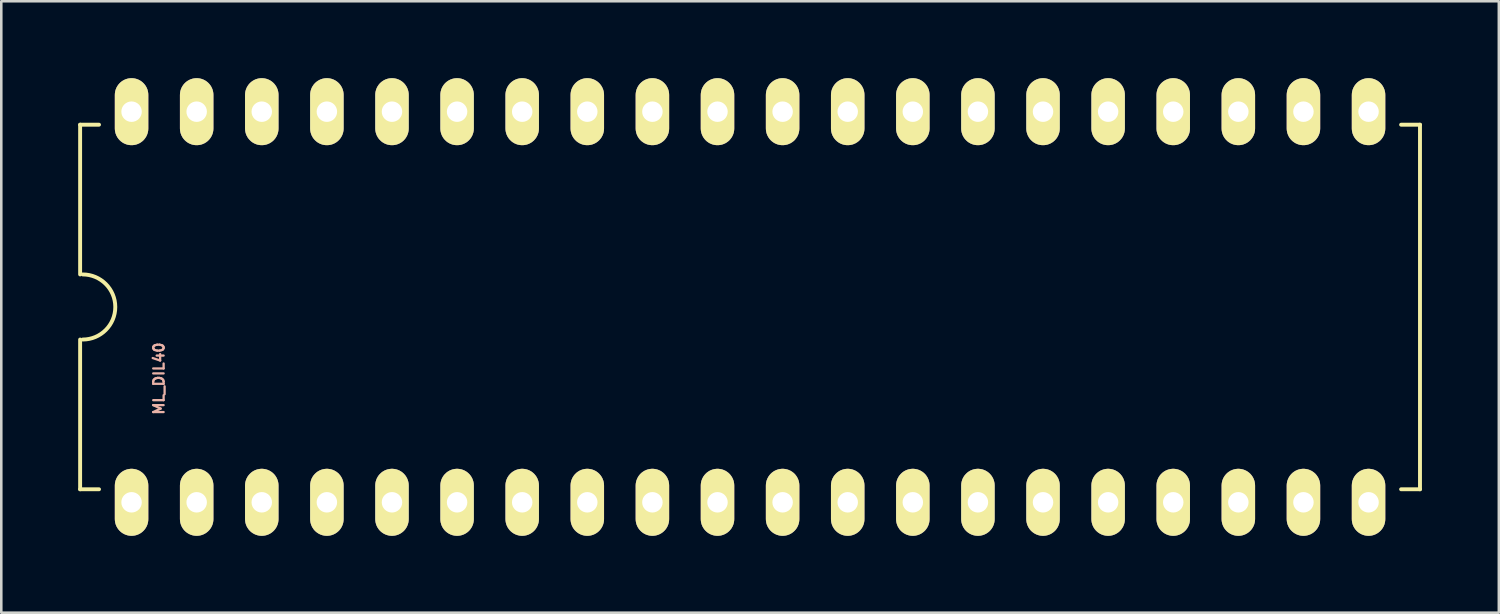
<source format=kicad_pcb>
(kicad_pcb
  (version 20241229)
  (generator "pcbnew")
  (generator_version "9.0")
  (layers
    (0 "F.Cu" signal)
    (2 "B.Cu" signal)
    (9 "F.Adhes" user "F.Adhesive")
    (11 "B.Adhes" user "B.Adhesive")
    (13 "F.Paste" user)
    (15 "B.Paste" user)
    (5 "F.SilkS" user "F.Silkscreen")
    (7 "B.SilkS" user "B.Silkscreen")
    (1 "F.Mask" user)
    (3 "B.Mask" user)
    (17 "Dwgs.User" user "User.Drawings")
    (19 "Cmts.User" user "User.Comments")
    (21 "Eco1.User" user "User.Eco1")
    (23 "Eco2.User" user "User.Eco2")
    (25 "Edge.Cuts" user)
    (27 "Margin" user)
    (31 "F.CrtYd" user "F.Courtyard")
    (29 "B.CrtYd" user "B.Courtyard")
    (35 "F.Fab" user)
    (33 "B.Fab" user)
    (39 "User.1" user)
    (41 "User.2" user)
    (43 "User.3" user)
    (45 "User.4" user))
  (footprint "ML_DIL40"
    (layer "F.Cu")
    (at 26.213 8.927)
    (property "Reference" "ML_DIL40" (at -23.063 2.794 90) (layer "B.SilkS") (effects (font (size 0.406 0.406) (thickness 0.089))))
    (attr exclude_from_pos_files exclude_from_bom)
    (fp_line (start -26.137 -7.112) (end -26.137 -1.27) (stroke (width 0.152) (type solid)) (layer "F.SilkS"))
    (fp_line (start -26.137 -7.112) (end -25.4 -7.112) (stroke (width 0.152) (type solid)) (layer "F.SilkS"))
    (fp_line (start -26.137 7.112) (end -26.137 1.27) (stroke (width 0.152) (type solid)) (layer "F.SilkS"))
    (fp_line (start -26.137 7.112) (end -25.4 7.112) (stroke (width 0.152) (type solid)) (layer "F.SilkS"))
    (fp_line (start 26.137 -7.112) (end 25.4 -7.112) (stroke (width 0.152) (type solid)) (layer "F.SilkS"))
    (fp_line (start 26.137 -7.112) (end 26.137 7.112) (stroke (width 0.152) (type solid)) (layer "F.SilkS"))
    (fp_line (start 26.137 7.112) (end 25.4 7.112) (stroke (width 0.152) (type solid)) (layer "F.SilkS"))
    (fp_arc (start -26.035 -1.27) (mid -24.765 0) (end -26.035 1.27) (stroke (width 0.1524) (type solid)) (layer "F.SilkS"))
    (pad "1" thru_hole oval (at -24.13 7.62) (size 1.306 2.614) (drill 0.798) (layers "*.Cu" "*.Mask" "F.SilkS" "F.Paste"))
    (pad "2" thru_hole oval (at -21.59 7.62) (size 1.306 2.614) (drill 0.798) (layers "*.Cu" "*.Mask" "F.SilkS" "F.Paste"))
    (pad "3" thru_hole oval (at -19.05 7.62) (size 1.306 2.614) (drill 0.798) (layers "*.Cu" "*.Mask" "F.SilkS" "F.Paste"))
    (pad "4" thru_hole oval (at -16.51 7.62) (size 1.306 2.614) (drill 0.798) (layers "*.Cu" "*.Mask" "F.SilkS" "F.Paste"))
    (pad "5" thru_hole oval (at -13.97 7.62) (size 1.306 2.614) (drill 0.798) (layers "*.Cu" "*.Mask" "F.SilkS" "F.Paste"))
    (pad "6" thru_hole oval (at -11.43 7.62) (size 1.306 2.614) (drill 0.798) (layers "*.Cu" "*.Mask" "F.SilkS" "F.Paste"))
    (pad "7" thru_hole oval (at -8.89 7.62) (size 1.306 2.614) (drill 0.798) (layers "*.Cu" "*.Mask" "F.SilkS" "F.Paste"))
    (pad "8" thru_hole oval (at -6.35 7.62) (size 1.306 2.614) (drill 0.798) (layers "*.Cu" "*.Mask" "F.SilkS" "F.Paste"))
    (pad "9" thru_hole oval (at -3.81 7.62) (size 1.306 2.614) (drill 0.798) (layers "*.Cu" "*.Mask" "F.SilkS" "F.Paste"))
    (pad "10" thru_hole oval (at -1.27 7.62) (size 1.306 2.614) (drill 0.798) (layers "*.Cu" "*.Mask" "F.SilkS" "F.Paste"))
    (pad "11" thru_hole oval (at 1.27 7.62) (size 1.306 2.614) (drill 0.798) (layers "*.Cu" "*.Mask" "F.SilkS" "F.Paste"))
    (pad "12" thru_hole oval (at 3.81 7.62) (size 1.306 2.614) (drill 0.798) (layers "*.Cu" "*.Mask" "F.SilkS" "F.Paste"))
    (pad "13" thru_hole oval (at 6.35 7.62) (size 1.306 2.614) (drill 0.798) (layers "*.Cu" "*.Mask" "F.SilkS" "F.Paste"))
    (pad "14" thru_hole oval (at 8.89 7.62) (size 1.306 2.614) (drill 0.798) (layers "*.Cu" "*.Mask" "F.SilkS" "F.Paste"))
    (pad "15" thru_hole oval (at 11.43 7.62) (size 1.306 2.614) (drill 0.798) (layers "*.Cu" "*.Mask" "F.SilkS" "F.Paste"))
    (pad "16" thru_hole oval (at 13.97 7.62) (size 1.306 2.614) (drill 0.798) (layers "*.Cu" "*.Mask" "F.SilkS" "F.Paste"))
    (pad "17" thru_hole oval (at 16.51 7.62) (size 1.306 2.614) (drill 0.798) (layers "*.Cu" "*.Mask" "F.SilkS" "F.Paste"))
    (pad "18" thru_hole oval (at 19.05 7.62) (size 1.306 2.614) (drill 0.798) (layers "*.Cu" "*.Mask" "F.SilkS" "F.Paste"))
    (pad "19" thru_hole oval (at 21.59 7.62) (size 1.306 2.614) (drill 0.798) (layers "*.Cu" "*.Mask" "F.SilkS" "F.Paste"))
    (pad "20" thru_hole oval (at 24.13 7.62) (size 1.306 2.614) (drill 0.798) (layers "*.Cu" "*.Mask" "F.SilkS" "F.Paste"))
    (pad "21" thru_hole oval (at 24.13 -7.62) (size 1.306 2.614) (drill 0.798) (layers "*.Cu" "*.Mask" "F.SilkS" "F.Paste"))
    (pad "22" thru_hole oval (at 21.59 -7.62) (size 1.306 2.614) (drill 0.798) (layers "*.Cu" "*.Mask" "F.SilkS" "F.Paste"))
    (pad "23" thru_hole oval (at 19.05 -7.62) (size 1.306 2.614) (drill 0.798) (layers "*.Cu" "*.Mask" "F.SilkS" "F.Paste"))
    (pad "24" thru_hole oval (at 16.51 -7.62) (size 1.306 2.614) (drill 0.798) (layers "*.Cu" "*.Mask" "F.SilkS" "F.Paste"))
    (pad "25" thru_hole oval (at 13.97 -7.62) (size 1.306 2.614) (drill 0.798) (layers "*.Cu" "*.Mask" "F.SilkS" "F.Paste"))
    (pad "26" thru_hole oval (at 11.43 -7.62) (size 1.306 2.614) (drill 0.798) (layers "*.Cu" "*.Mask" "F.SilkS" "F.Paste"))
    (pad "27" thru_hole oval (at 8.89 -7.62) (size 1.306 2.614) (drill 0.798) (layers "*.Cu" "*.Mask" "F.SilkS" "F.Paste"))
    (pad "28" thru_hole oval (at 6.35 -7.62) (size 1.306 2.614) (drill 0.798) (layers "*.Cu" "*.Mask" "F.SilkS" "F.Paste"))
    (pad "29" thru_hole oval (at 3.81 -7.62) (size 1.306 2.614) (drill 0.798) (layers "*.Cu" "*.Mask" "F.SilkS" "F.Paste"))
    (pad "30" thru_hole oval (at 1.27 -7.62) (size 1.306 2.614) (drill 0.798) (layers "*.Cu" "*.Mask" "F.SilkS" "F.Paste"))
    (pad "31" thru_hole oval (at -1.27 -7.62) (size 1.306 2.614) (drill 0.798) (layers "*.Cu" "*.Mask" "F.SilkS" "F.Paste"))
    (pad "32" thru_hole oval (at -3.81 -7.62) (size 1.306 2.614) (drill 0.798) (layers "*.Cu" "*.Mask" "F.SilkS" "F.Paste"))
    (pad "33" thru_hole oval (at -6.35 -7.62) (size 1.306 2.614) (drill 0.798) (layers "*.Cu" "*.Mask" "F.SilkS" "F.Paste"))
    (pad "34" thru_hole oval (at -8.89 -7.62) (size 1.306 2.614) (drill 0.798) (layers "*.Cu" "*.Mask" "F.SilkS" "F.Paste"))
    (pad "35" thru_hole oval (at -11.43 -7.62) (size 1.306 2.614) (drill 0.798) (layers "*.Cu" "*.Mask" "F.SilkS" "F.Paste"))
    (pad "36" thru_hole oval (at -13.97 -7.62) (size 1.306 2.614) (drill 0.798) (layers "*.Cu" "*.Mask" "F.SilkS" "F.Paste"))
    (pad "37" thru_hole oval (at -16.51 -7.62) (size 1.306 2.614) (drill 0.798) (layers "*.Cu" "*.Mask" "F.SilkS" "F.Paste"))
    (pad "38" thru_hole oval (at -19.05 -7.62) (size 1.306 2.614) (drill 0.798) (layers "*.Cu" "*.Mask" "F.SilkS" "F.Paste"))
    (pad "39" thru_hole oval (at -21.59 -7.62) (size 1.306 2.614) (drill 0.798) (layers "*.Cu" "*.Mask" "F.SilkS" "F.Paste"))
    (pad "40" thru_hole oval (at -24.13 -7.62) (size 1.306 2.614) (drill 0.798) (layers "*.Cu" "*.Mask" "F.SilkS" "F.Paste")))
  (gr_rect
    (start -3 -3)
    (end 55.426 20.854)
    (stroke (width 0.1) (type default))
    (fill no)
    (layer "Edge.Cuts")))
</source>
